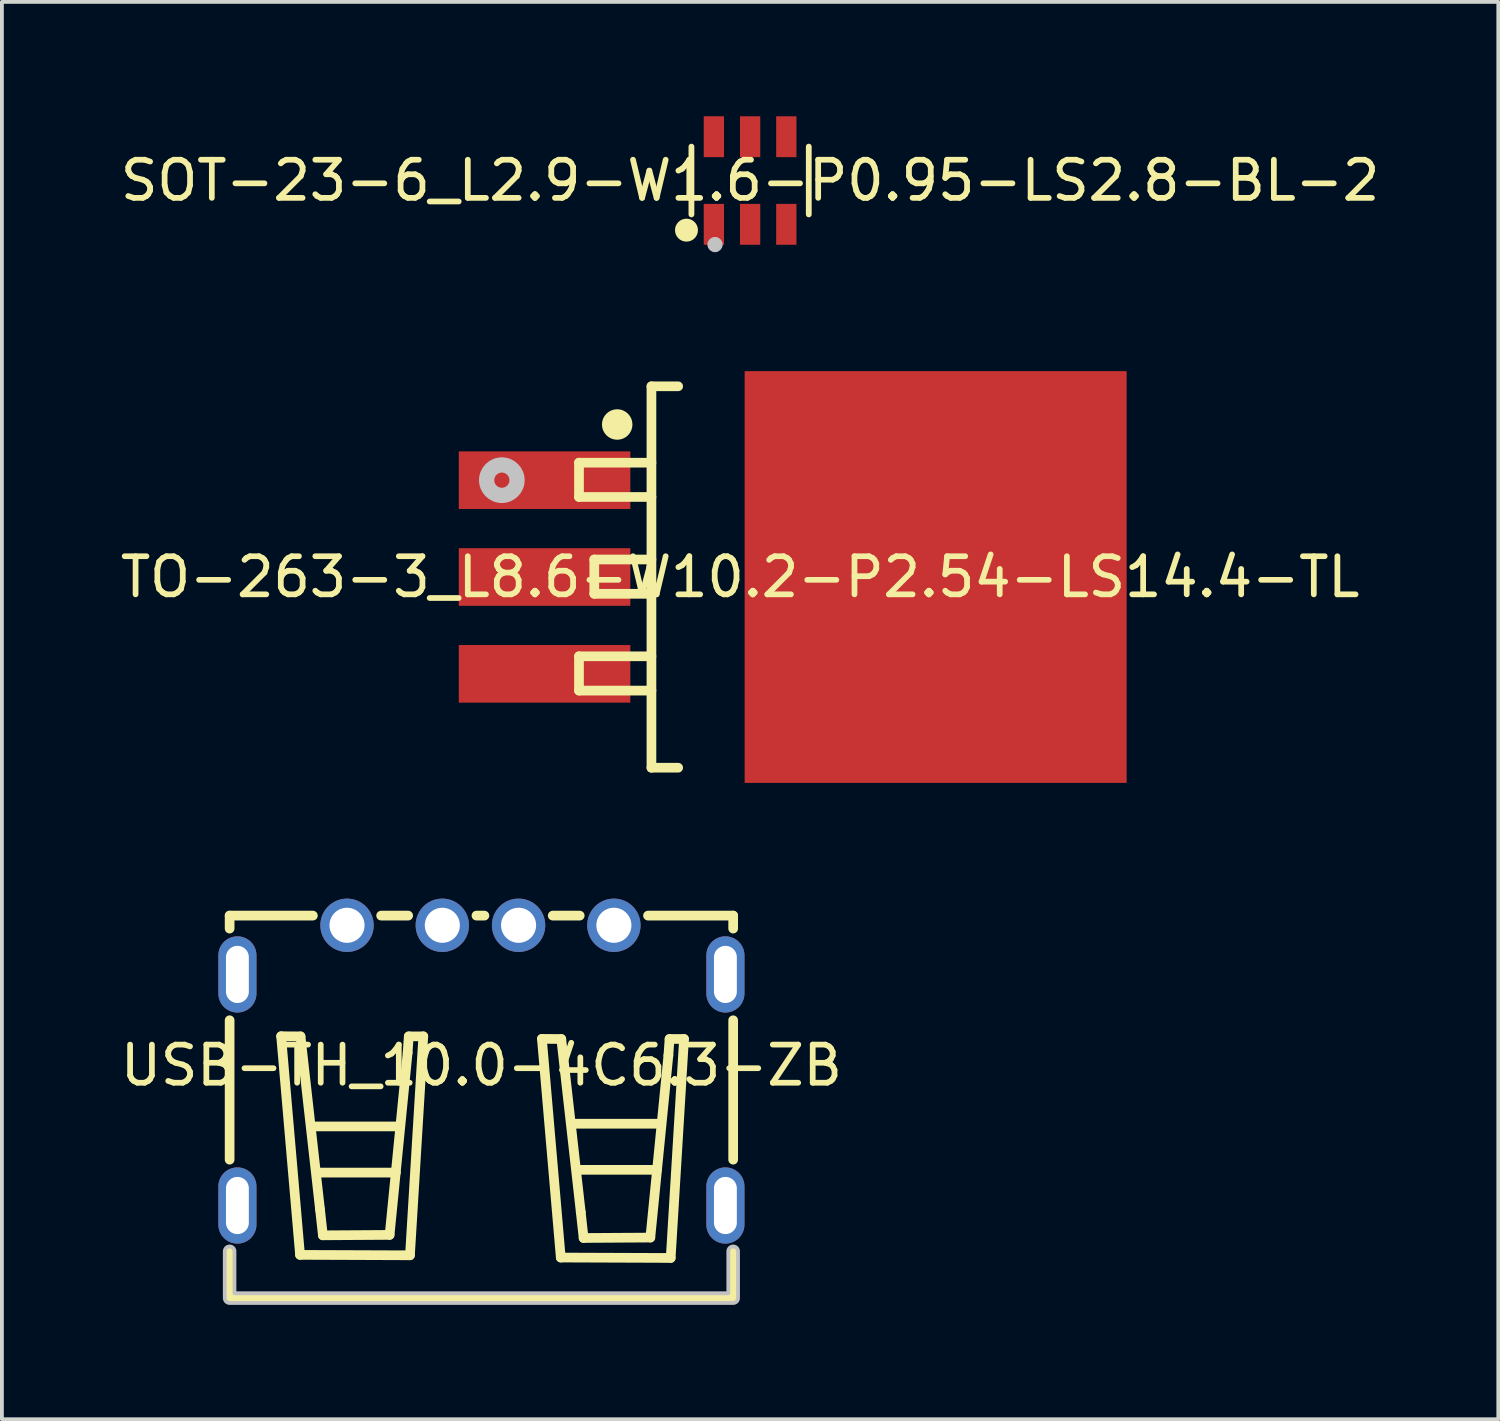
<source format=kicad_pcb>
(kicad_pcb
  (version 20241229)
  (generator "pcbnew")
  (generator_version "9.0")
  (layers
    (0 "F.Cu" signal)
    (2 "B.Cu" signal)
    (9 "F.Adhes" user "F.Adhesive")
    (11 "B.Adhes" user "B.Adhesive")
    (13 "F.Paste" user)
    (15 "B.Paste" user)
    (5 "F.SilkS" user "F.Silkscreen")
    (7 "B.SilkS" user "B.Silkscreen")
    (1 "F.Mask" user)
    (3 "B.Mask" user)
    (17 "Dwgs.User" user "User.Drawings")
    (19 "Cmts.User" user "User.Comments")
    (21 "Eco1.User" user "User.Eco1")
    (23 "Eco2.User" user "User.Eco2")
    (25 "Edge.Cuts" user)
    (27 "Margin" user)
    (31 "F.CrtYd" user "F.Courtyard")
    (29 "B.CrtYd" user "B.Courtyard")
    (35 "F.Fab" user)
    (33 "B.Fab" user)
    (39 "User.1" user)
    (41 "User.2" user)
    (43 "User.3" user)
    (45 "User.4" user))
  (footprint "TO-263-3_L8.6-W10.2-P2.54-LS14.4-TL"
    (layer "F.Cu")
    (at 16.363 12.085)
    (property "Reference" "TO-263-3_L8.6-W10.2-P2.54-LS14.4-TL" (at 0 0 0) (unlocked yes) (layer "F.SilkS") (effects (font (size 1 1) (thickness 0.15))))
    (fp_line (start -4.226 -2.1) (end -4.226 -2.999) (stroke (width 0.254) (type default)) (layer "F.SilkS"))
    (fp_line (start -4.226 2.08) (end -2.326 2.08) (stroke (width 0.254) (type default)) (layer "F.SilkS"))
    (fp_line (start -4.226 2.979) (end -4.226 2.08) (stroke (width 0.254) (type default)) (layer "F.SilkS"))
    (fp_line (start -3.825 -0.46) (end -2.326 -0.46) (stroke (width 0.254) (type default)) (layer "F.SilkS"))
    (fp_line (start -3.825 0.44) (end -3.825 -0.46) (stroke (width 0.254) (type default)) (layer "F.SilkS"))
    (fp_line (start -2.326 -5.002) (end -1.625 -5.002) (stroke (width 0.254) (type default)) (layer "F.SilkS"))
    (fp_line (start -2.326 -2.999) (end -4.226 -2.999) (stroke (width 0.254) (type default)) (layer "F.SilkS"))
    (fp_line (start -2.326 -2.1) (end -4.226 -2.1) (stroke (width 0.254) (type default)) (layer "F.SilkS"))
    (fp_line (start -2.326 0.44) (end -3.825 0.44) (stroke (width 0.254) (type default)) (layer "F.SilkS"))
    (fp_line (start -2.326 2.979) (end -4.226 2.979) (stroke (width 0.254) (type default)) (layer "F.SilkS"))
    (fp_line (start -2.326 5.002) (end -2.326 -5.002) (stroke (width 0.254) (type default)) (layer "F.SilkS"))
    (fp_line (start -1.625 5.002) (end -2.326 5.002) (stroke (width 0.254) (type default)) (layer "F.SilkS"))
    (fp_arc (start -3.2225 -4.201) (mid -3.224 -3.799994) (end -3.2255 -4.201) (stroke (width 0.399) (type default)) (layer "F.SilkS"))
    (fp_circle (center -6.25 -2.54) (end -6.051 -2.54) (stroke (width 0.4) (type default)) (fill no) (layer "Dwgs.User"))
    (fp_poly (pts (xy -3.736 -2.933) (xy -3.736 -2.147) (xy -6.021 -2.147) (xy -6.021 -2.933)) (stroke (width 0.1) (type default)) (fill no) (layer "User.1"))
    (fp_poly (pts (xy -3.736 -0.393) (xy -3.736 0.393) (xy -6.021 0.393) (xy -6.021 -0.393)) (stroke (width 0.1) (type default)) (fill no) (layer "User.1"))
    (fp_poly (pts (xy -3.736 2.147) (xy -3.736 2.933) (xy -6.021 2.933) (xy -6.021 2.147)) (stroke (width 0.1) (type default)) (fill no) (layer "User.1"))
    (fp_poly (pts (xy -2.152 -2.141) (xy -3.752 -2.141) (xy -3.752 -2.941) (xy -2.152 -2.941)) (stroke (width 0.1) (type default)) (fill no) (layer "User.1"))
    (fp_poly (pts (xy -2.152 0.399) (xy -3.752 0.399) (xy -3.752 -0.401) (xy -2.152 -0.401)) (stroke (width 0.1) (type default)) (fill no) (layer "User.1"))
    (fp_poly (pts (xy -2.152 2.939) (xy -3.752 2.939) (xy -3.752 2.139) (xy -2.152 2.139)) (stroke (width 0.1) (type default)) (fill no) (layer "User.1"))
    (fp_poly (pts (xy 8.398 -5.41) (xy 6.441 -5.41) (xy 6.441 -4.14) (xy 1.387 -4.14) (xy 1.387 4.14) (xy 1.361 4.165) (xy 6.467 4.165) (xy 6.467 5.385) (xy 8.398 5.385)) (stroke (width 0.1) (type default)) (fill no) (layer "User.1"))
    (fp_line (start -2.161 -5.106) (end 6.039 -5.106) (stroke (width 0.051) (type default)) (layer "User.2"))
    (fp_line (start -2.161 5.095) (end -2.161 -5.106) (stroke (width 0.051) (type default)) (layer "User.2"))
    (fp_line (start 6.039 -5.106) (end 6.039 5.095) (stroke (width 0.051) (type default)) (layer "User.2"))
    (fp_line (start 6.039 5.095) (end -2.161 5.095) (stroke (width 0.051) (type default)) (layer "User.2"))
    (fp_poly (pts (xy -5.962 -5.41) (xy -5.979 -5.452) (xy -6.021 -5.47) (xy -6.064 -5.452) (xy -6.082 -5.41) (xy -6.064 -5.368) (xy -6.021 -5.35) (xy -5.979 -5.368)) (stroke (width 0.1) (type default)) (fill no) (layer "User.3"))
    (pad "1" smd rect (at -5.129 -2.54) (size 4.5 1.511) (layers "F.Cu" "F.Mask" "F.Paste"))
    (pad "2" smd rect (at -5.129 0) (size 4.5 1.511) (layers "F.Cu" "F.Mask" "F.Paste"))
    (pad "3" smd rect (at -5.129 2.54) (size 4.5 1.511) (layers "F.Cu" "F.Mask" "F.Paste"))
    (pad "4" smd rect (at 5.129 0) (size 10.02 10.8) (layers "F.Cu" "F.Mask" "F.Paste")))
  (footprint "SOT-23-6_L2.9-W1.6-P0.95-LS2.8-BL-2"
    (layer "F.Cu")
    (at 16.625 1.685)
    (property "Reference" "SOT-23-6_L2.9-W1.6-P0.95-LS2.8-BL-2" (at 0 0 0) (unlocked yes) (layer "F.SilkS") (effects (font (size 1 1) (thickness 0.15))))
    (fp_line (start -1.539 0.889) (end -1.539 -0.889) (stroke (width 0.152) (type default)) (layer "F.SilkS"))
    (fp_line (start 1.539 0.889) (end 1.539 -0.889) (stroke (width 0.152) (type default)) (layer "F.SilkS"))
    (fp_circle (center -1.669 1.302) (end -1.518 1.302) (stroke (width 0.3) (type default)) (fill no) (layer "F.SilkS"))
    (fp_circle (center -0.92 1.68) (end -0.82 1.68) (stroke (width 0.2) (type default)) (fill no) (layer "Dwgs.User"))
    (fp_poly (pts (xy -1.188 -0.95) (xy -1.188 -1.4) (xy -0.713 -1.4) (xy -0.713 -0.95)) (stroke (width 0.1) (type default)) (fill no) (layer "User.1"))
    (fp_poly (pts (xy -1.188 -0.79) (xy -1.188 -0.96) (xy -0.713 -0.96) (xy -0.713 -0.79)) (stroke (width 0.1) (type default)) (fill no) (layer "User.1"))
    (fp_poly (pts (xy -1.113 0.935) (xy -1.113 0.79) (xy -0.787 0.79) (xy -0.787 0.935)) (stroke (width 0.1) (type default)) (fill no) (layer "User.1"))
    (fp_poly (pts (xy -1.113 1.4) (xy -1.113 0.925) (xy -0.787 0.925) (xy -0.787 1.4)) (stroke (width 0.1) (type default)) (fill no) (layer "User.1"))
    (fp_poly (pts (xy -0.237 -0.95) (xy -0.237 -1.4) (xy 0.237 -1.4) (xy 0.237 -0.95)) (stroke (width 0.1) (type default)) (fill no) (layer "User.1"))
    (fp_poly (pts (xy -0.237 -0.79) (xy -0.237 -0.96) (xy 0.237 -0.96) (xy 0.237 -0.79)) (stroke (width 0.1) (type default)) (fill no) (layer "User.1"))
    (fp_poly (pts (xy -0.163 0.935) (xy -0.163 0.79) (xy 0.163 0.79) (xy 0.163 0.935)) (stroke (width 0.1) (type default)) (fill no) (layer "User.1"))
    (fp_poly (pts (xy -0.163 1.4) (xy -0.163 0.925) (xy 0.163 0.925) (xy 0.163 1.4)) (stroke (width 0.1) (type default)) (fill no) (layer "User.1"))
    (fp_poly (pts (xy 0.713 -0.95) (xy 0.713 -1.4) (xy 1.188 -1.4) (xy 1.188 -0.95)) (stroke (width 0.1) (type default)) (fill no) (layer "User.1"))
    (fp_poly (pts (xy 0.713 -0.79) (xy 0.713 -0.96) (xy 1.188 -0.96) (xy 1.188 -0.79)) (stroke (width 0.1) (type default)) (fill no) (layer "User.1"))
    (fp_poly (pts (xy 0.787 0.935) (xy 0.787 0.79) (xy 1.113 0.79) (xy 1.113 0.935)) (stroke (width 0.1) (type default)) (fill no) (layer "User.1"))
    (fp_poly (pts (xy 0.787 1.4) (xy 0.787 0.925) (xy 1.113 0.925) (xy 1.113 1.4)) (stroke (width 0.1) (type default)) (fill no) (layer "User.1"))
    (fp_line (start -1.463 -0.813) (end 1.463 -0.813) (stroke (width 0.051) (type default)) (layer "User.2"))
    (fp_line (start -1.463 0.813) (end -1.463 -0.813) (stroke (width 0.051) (type default)) (layer "User.2"))
    (fp_line (start 1.463 -0.813) (end 1.463 0.813) (stroke (width 0.051) (type default)) (layer "User.2"))
    (fp_line (start 1.463 0.813) (end -1.463 0.813) (stroke (width 0.051) (type default)) (layer "User.2"))
    (fp_poly (pts (xy -1.403 1.4) (xy -1.421 1.358) (xy -1.463 1.34) (xy -1.505 1.358) (xy -1.523 1.4) (xy -1.505 1.442) (xy -1.463 1.46) (xy -1.421 1.442)) (stroke (width 0.1) (type default)) (fill no) (layer "User.3"))
    (pad "1" smd rect (at -0.95 1.149) (size 0.532 1.072) (layers "F.Cu" "F.Mask" "F.Paste"))
    (pad "2" smd rect (at 0 1.149) (size 0.532 1.072) (layers "F.Cu" "F.Mask" "F.Paste"))
    (pad "3" smd rect (at 0.95 1.149) (size 0.532 1.072) (layers "F.Cu" "F.Mask" "F.Paste"))
    (pad "4" smd rect (at 0.95 -1.149) (size 0.532 1.072) (layers "F.Cu" "F.Mask" "F.Paste"))
    (pad "5" smd rect (at 0 -1.149) (size 0.532 1.072) (layers "F.Cu" "F.Mask" "F.Paste"))
    (pad "6" smd rect (at -0.95 -1.149) (size 0.532 1.072) (layers "F.Cu" "F.Mask" "F.Paste")))
  (footprint "USB-TH_10.0-4C6.3-ZB"
    (layer "F.Cu")
    (at 9.577 24.895)
    (property "Reference" "USB-TH_10.0-4C6.3-ZB" (at 0 0 0) (unlocked yes) (layer "F.SilkS") (effects (font (size 1 1) (thickness 0.15))))
    (fp_line (start -6.604 -3.929) (end -6.604 -3.588) (stroke (width 0.254) (type default)) (layer "F.SilkS"))
    (fp_line (start -6.604 -1.184) (end -6.604 2.473) (stroke (width 0.254) (type default)) (layer "F.SilkS"))
    (fp_line (start -6.604 4.877) (end -6.604 6.104) (stroke (width 0.254) (type default)) (layer "F.SilkS"))
    (fp_line (start -6.604 6.104) (end 6.604 6.104) (stroke (width 0.254) (type default)) (layer "F.SilkS"))
    (fp_line (start -5.253 -0.765) (end -4.744 -0.761) (stroke (width 0.254) (type default)) (layer "F.SilkS"))
    (fp_line (start -4.757 4.97) (end -5.253 -0.765) (stroke (width 0.254) (type default)) (layer "F.SilkS"))
    (fp_line (start -4.744 -0.761) (end -4.233 3.779) (stroke (width 0.254) (type default)) (layer "F.SilkS"))
    (fp_line (start -4.42 -3.929) (end -6.604 -3.929) (stroke (width 0.254) (type default)) (layer "F.SilkS"))
    (fp_line (start -4.415 1.601) (end -2.155 1.601) (stroke (width 0.254) (type default)) (layer "F.SilkS"))
    (fp_line (start -4.274 2.812) (end -2.244 2.812) (stroke (width 0.254) (type default)) (layer "F.SilkS"))
    (fp_line (start -4.233 3.779) (end -4.158 4.457) (stroke (width 0.254) (type default)) (layer "F.SilkS"))
    (fp_line (start -4.158 4.457) (end -2.408 4.446) (stroke (width 0.254) (type default)) (layer "F.SilkS"))
    (fp_line (start -2.408 4.446) (end -1.935 -0.332) (stroke (width 0.254) (type default)) (layer "F.SilkS"))
    (fp_line (start -1.935 -0.332) (end -1.905 -0.762) (stroke (width 0.254) (type default)) (layer "F.SilkS"))
    (fp_line (start -1.921 -3.929) (end -2.63 -3.929) (stroke (width 0.254) (type default)) (layer "F.SilkS"))
    (fp_line (start -1.905 -0.762) (end -1.524 -0.762) (stroke (width 0.254) (type default)) (layer "F.SilkS"))
    (fp_line (start -1.874 4.981) (end -4.757 4.97) (stroke (width 0.254) (type default)) (layer "F.SilkS"))
    (fp_line (start -1.524 -0.762) (end -1.874 4.981) (stroke (width 0.254) (type default)) (layer "F.SilkS"))
    (fp_line (start 0.079 -3.929) (end -0.13 -3.929) (stroke (width 0.254) (type default)) (layer "F.SilkS"))
    (fp_line (start 1.587 -0.696) (end 2.095 -0.692) (stroke (width 0.254) (type default)) (layer "F.SilkS"))
    (fp_line (start 2.082 5.04) (end 1.587 -0.696) (stroke (width 0.254) (type default)) (layer "F.SilkS"))
    (fp_line (start 2.095 -0.692) (end 2.606 3.849) (stroke (width 0.254) (type default)) (layer "F.SilkS"))
    (fp_line (start 2.436 1.53) (end 4.696 1.53) (stroke (width 0.254) (type default)) (layer "F.SilkS"))
    (fp_line (start 2.575 2.74) (end 4.605 2.74) (stroke (width 0.254) (type default)) (layer "F.SilkS"))
    (fp_line (start 2.579 -3.929) (end 1.871 -3.929) (stroke (width 0.254) (type default)) (layer "F.SilkS"))
    (fp_line (start 2.606 3.849) (end 2.681 4.527) (stroke (width 0.254) (type default)) (layer "F.SilkS"))
    (fp_line (start 2.681 4.527) (end 4.431 4.516) (stroke (width 0.254) (type default)) (layer "F.SilkS"))
    (fp_line (start 4.431 4.516) (end 4.905 -0.263) (stroke (width 0.254) (type default)) (layer "F.SilkS"))
    (fp_line (start 4.905 -0.263) (end 4.935 -0.693) (stroke (width 0.254) (type default)) (layer "F.SilkS"))
    (fp_line (start 4.935 -0.693) (end 5.315 -0.693) (stroke (width 0.254) (type default)) (layer "F.SilkS"))
    (fp_line (start 4.965 5.051) (end 2.082 5.04) (stroke (width 0.254) (type default)) (layer "F.SilkS"))
    (fp_line (start 5.315 -0.693) (end 4.965 5.051) (stroke (width 0.254) (type default)) (layer "F.SilkS"))
    (fp_line (start 6.604 -3.929) (end 4.37 -3.929) (stroke (width 0.254) (type default)) (layer "F.SilkS"))
    (fp_line (start 6.604 -3.588) (end 6.604 -3.929) (stroke (width 0.254) (type default)) (layer "F.SilkS"))
    (fp_line (start 6.604 2.473) (end 6.604 -1.184) (stroke (width 0.254) (type default)) (layer "F.SilkS"))
    (fp_line (start 6.604 6.104) (end 6.604 4.877) (stroke (width 0.254) (type default)) (layer "F.SilkS"))
    (fp_poly (pts (arc (start -6.731 4.877) (mid -6.604 4.75) (end -6.477 4.877)) (xy -6.477 5.977) (xy 6.477 5.977) (arc (start 6.477 4.877) (mid 6.604 4.75) (end 6.731 4.877)) (arc (start 6.731 6.104) (mid 6.693803 6.193803) (end 6.604 6.231)) (arc (start -6.604 6.231) (mid -6.693803 6.193803) (end -6.731 6.104))) (stroke (width 0.1) (type default)) (fill no) (layer "Dwgs.User"))
    (fp_poly (pts (xy -6.25 -2.886) (xy -6.25 -1.886) (xy -6.55 -1.886) (xy -6.55 -2.886)) (stroke (width 0.1) (type default)) (fill no) (layer "User.1"))
    (fp_poly (pts (xy -6.25 3.175) (xy -6.25 4.175) (xy -6.55 4.175) (xy -6.55 3.175)) (stroke (width 0.1) (type default)) (fill no) (layer "User.1"))
    (fp_poly (pts (xy -3.775 -3.825) (xy -3.275 -3.825) (xy -3.275 -3.525) (xy -3.775 -3.525)) (stroke (width 0.1) (type default)) (fill no) (layer "User.1"))
    (fp_poly (pts (xy -1.275 -3.825) (xy -0.775 -3.825) (xy -0.775 -3.525) (xy -1.275 -3.525)) (stroke (width 0.1) (type default)) (fill no) (layer "User.1"))
    (fp_poly (pts (xy 0.725 -3.825) (xy 1.225 -3.825) (xy 1.225 -3.525) (xy 0.725 -3.525)) (stroke (width 0.1) (type default)) (fill no) (layer "User.1"))
    (fp_poly (pts (xy 3.225 -3.825) (xy 3.725 -3.825) (xy 3.725 -3.525) (xy 3.225 -3.525)) (stroke (width 0.1) (type default)) (fill no) (layer "User.1"))
    (fp_poly (pts (xy 6.55 -2.886) (xy 6.55 -1.886) (xy 6.25 -1.886) (xy 6.25 -2.886)) (stroke (width 0.1) (type default)) (fill no) (layer "User.1"))
    (fp_poly (pts (xy 6.55 3.175) (xy 6.55 4.175) (xy 6.25 4.175) (xy 6.25 3.175)) (stroke (width 0.1) (type default)) (fill no) (layer "User.1"))
    (fp_line (start -6.6 -3.925) (end 6.6 -3.925) (stroke (width 0.051) (type default)) (layer "User.2"))
    (fp_line (start -6.6 6.075) (end -6.6 -3.925) (stroke (width 0.051) (type default)) (layer "User.2"))
    (fp_line (start 6.6 -3.925) (end 6.6 6.075) (stroke (width 0.051) (type default)) (layer "User.2"))
    (fp_line (start 6.6 6.075) (end -6.6 6.075) (stroke (width 0.051) (type default)) (layer "User.2"))
    (fp_poly (pts (xy -6.54 -3.925) (xy -6.558 -3.967) (xy -6.6 -3.985) (xy -6.642 -3.967) (xy -6.66 -3.925) (xy -6.642 -3.883) (xy -6.6 -3.865) (xy -6.558 -3.883)) (stroke (width 0.1) (type default)) (fill no) (layer "User.3"))
    (pad "1" thru_hole circle (at -3.525 -3.675) (size 1.4 1.4) (drill 0.92) (layers "*.Cu" "*.Mask"))
    (pad "2" thru_hole circle (at -1.025 -3.675) (size 1.4 1.4) (drill 0.92) (layers "*.Cu" "*.Mask"))
    (pad "3" thru_hole circle (at 0.975 -3.675) (size 1.4 1.4) (drill 0.92) (layers "*.Cu" "*.Mask"))
    (pad "4" thru_hole circle (at 3.475 -3.675) (size 1.4 1.4) (drill 0.92) (layers "*.Cu" "*.Mask"))
    (pad "5" thru_hole oval (at -6.4 3.675 90) (size 2 1) (drill oval 1.5 0.6) (layers "*.Cu" "*.Mask"))
    (pad "6" thru_hole oval (at -6.4 -2.386 90) (size 2 1) (drill oval 1.5 0.6) (layers "*.Cu" "*.Mask"))
    (pad "7" thru_hole oval (at 6.4 3.675 90) (size 2 1) (drill oval 1.5 0.6) (layers "*.Cu" "*.Mask"))
    (pad "8" thru_hole oval (at 6.4 -2.386 90) (size 2 1) (drill oval 1.5 0.6) (layers "*.Cu" "*.Mask")))
  (gr_rect
    (start -3 -3)
    (end 36.25 34.176)
    (stroke (width 0.1) (type default))
    (fill no)
    (layer "Edge.Cuts")))
</source>
